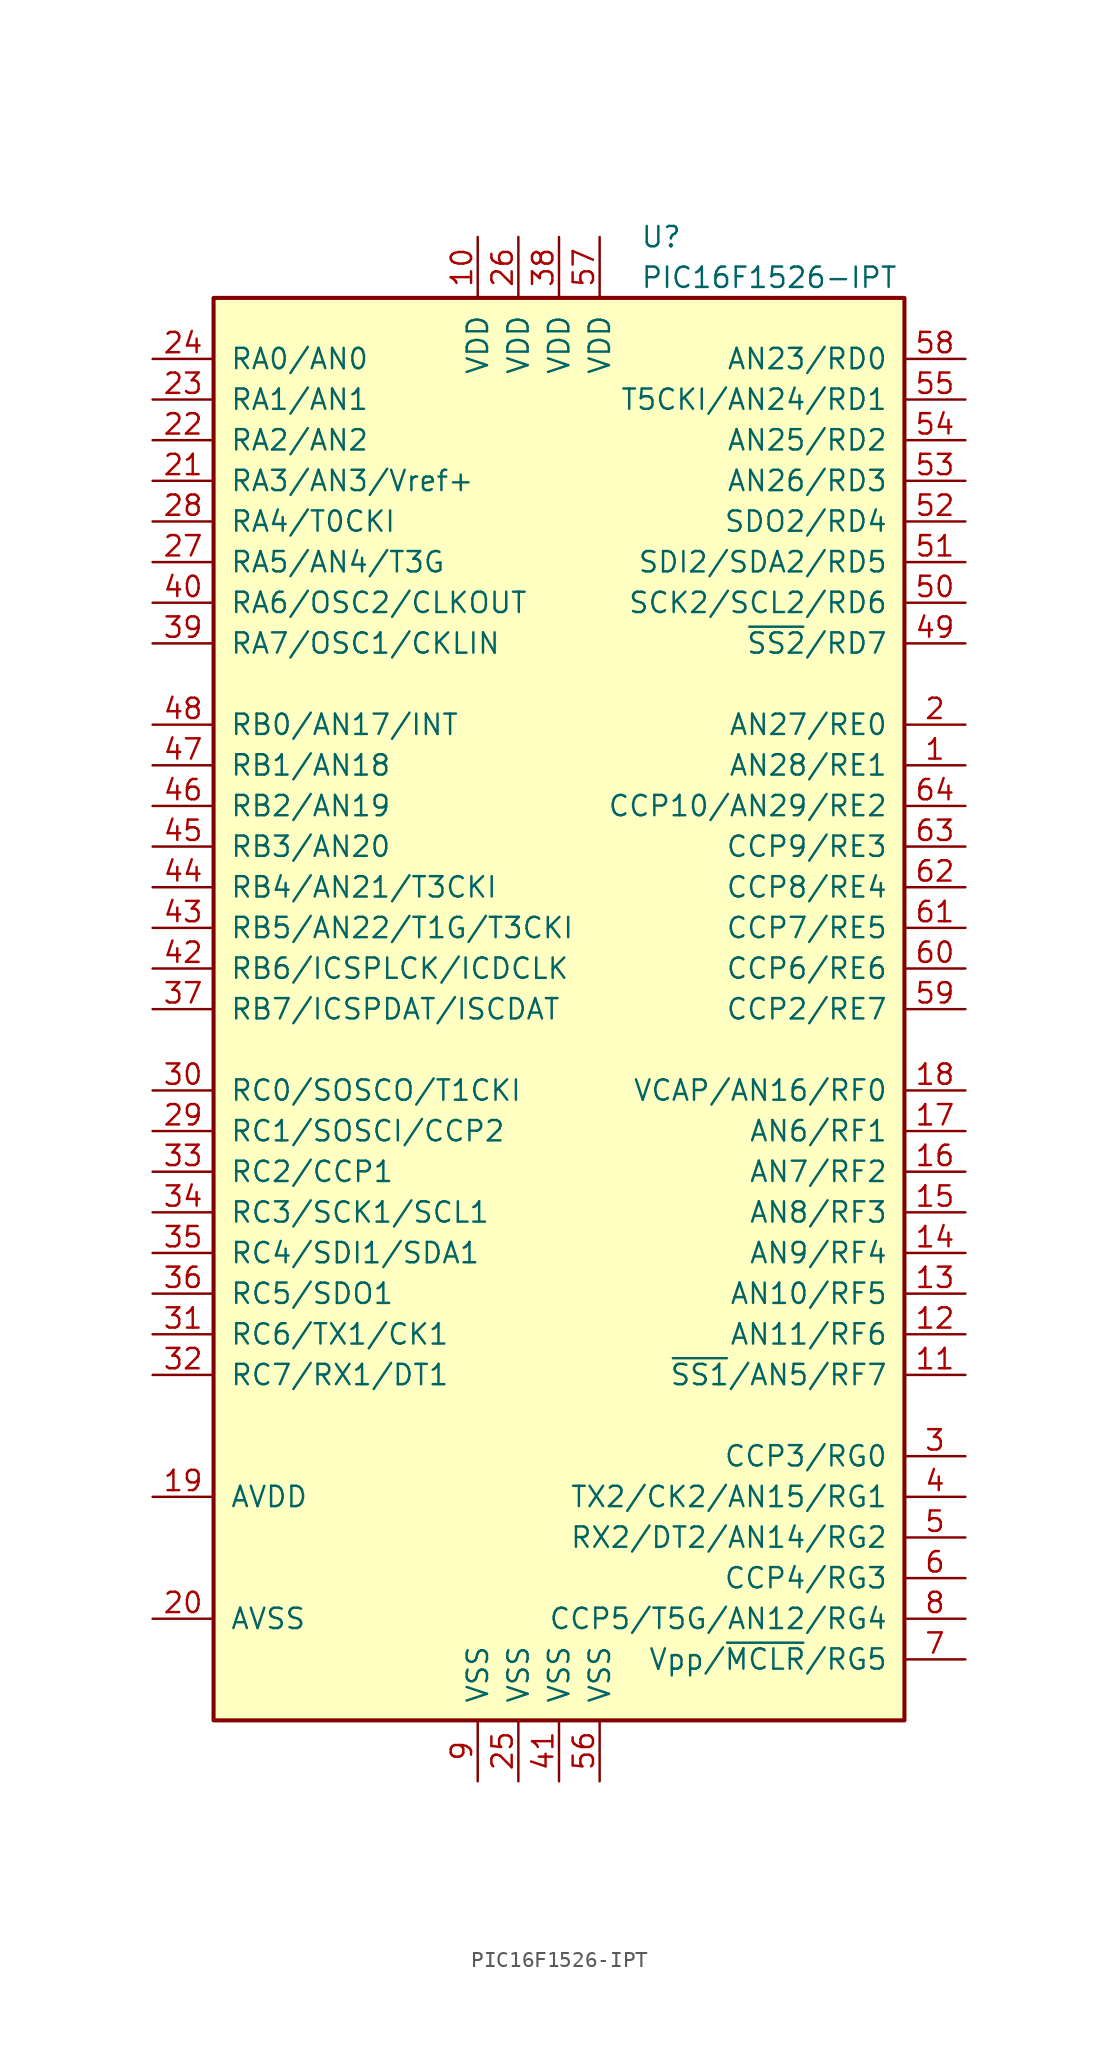
<source format=kicad_sym>
(kicad_symbol_lib
  (version 20220914)
  (generator kicad_symbol_editor)
  (symbol "PIC16F1526-IPT"
    (pin_names
      (offset 1.016))
    (property "Reference" "U"
      (at 5.08 48.26 0)
      (effects (font (size 1.27 1.27)) (justify left)))
    (property "Value" "PIC16F1526-IPT"
      (at 5.08 45.72 0)
      (effects (font (size 1.27 1.27)) (justify left)))
    (symbol "PIC16F1526-IPT_0_1"
      (rectangle (start -21.59 44.45) (end 21.59 -44.45) (stroke (width 0.254) (type default)) (fill (type background))))
    (symbol "PIC16F1526-IPT_1_1"
      (pin bidirectional line (at 25.4 15.24 180) (length 3.81) (name "AN28/RE1" (effects (font (size 1.27 1.27)))) (number "1" (effects (font (size 1.27 1.27)))))
      (pin power_in line (at -5.08 48.26 270) (length 3.81) (name "VDD" (effects (font (size 1.27 1.27)))) (number "10" (effects (font (size 1.27 1.27)))))
      (pin bidirectional line (at 25.4 -22.86 180) (length 3.81) (name "~{SS1}/AN5/RF7" (effects (font (size 1.27 1.27)))) (number "11" (effects (font (size 1.27 1.27)))))
      (pin bidirectional line (at 25.4 -20.32 180) (length 3.81) (name "AN11/RF6" (effects (font (size 1.27 1.27)))) (number "12" (effects (font (size 1.27 1.27)))))
      (pin bidirectional line (at 25.4 -17.78 180) (length 3.81) (name "AN10/RF5" (effects (font (size 1.27 1.27)))) (number "13" (effects (font (size 1.27 1.27)))))
      (pin bidirectional line (at 25.4 -15.24 180) (length 3.81) (name "AN9/RF4" (effects (font (size 1.27 1.27)))) (number "14" (effects (font (size 1.27 1.27)))))
      (pin bidirectional line (at 25.4 -12.7 180) (length 3.81) (name "AN8/RF3" (effects (font (size 1.27 1.27)))) (number "15" (effects (font (size 1.27 1.27)))))
      (pin bidirectional line (at 25.4 -10.16 180) (length 3.81) (name "AN7/RF2" (effects (font (size 1.27 1.27)))) (number "16" (effects (font (size 1.27 1.27)))))
      (pin bidirectional line (at 25.4 -7.62 180) (length 3.81) (name "AN6/RF1" (effects (font (size 1.27 1.27)))) (number "17" (effects (font (size 1.27 1.27)))))
      (pin bidirectional line (at 25.4 -5.08 180) (length 3.81) (name "VCAP/AN16/RF0" (effects (font (size 1.27 1.27)))) (number "18" (effects (font (size 1.27 1.27)))))
      (pin power_in line (at -25.4 -30.48 0) (length 3.81) (name "AVDD" (effects (font (size 1.27 1.27)))) (number "19" (effects (font (size 1.27 1.27)))))
      (pin bidirectional line (at 25.4 17.78 180) (length 3.81) (name "AN27/RE0" (effects (font (size 1.27 1.27)))) (number "2" (effects (font (size 1.27 1.27)))))
      (pin power_in line (at -25.4 -38.1 0) (length 3.81) (name "AVSS" (effects (font (size 1.27 1.27)))) (number "20" (effects (font (size 1.27 1.27)))))
      (pin bidirectional line (at -25.4 33.02 0) (length 3.81) (name "RA3/AN3/Vref+" (effects (font (size 1.27 1.27)))) (number "21" (effects (font (size 1.27 1.27)))))
      (pin bidirectional line (at -25.4 35.56 0) (length 3.81) (name "RA2/AN2" (effects (font (size 1.27 1.27)))) (number "22" (effects (font (size 1.27 1.27)))))
      (pin bidirectional line (at -25.4 38.1 0) (length 3.81) (name "RA1/AN1" (effects (font (size 1.27 1.27)))) (number "23" (effects (font (size 1.27 1.27)))))
      (pin bidirectional line (at -25.4 40.64 0) (length 3.81) (name "RA0/AN0" (effects (font (size 1.27 1.27)))) (number "24" (effects (font (size 1.27 1.27)))))
      (pin power_in line (at -2.54 -48.26 90) (length 3.81) (name "VSS" (effects (font (size 1.27 1.27)))) (number "25" (effects (font (size 1.27 1.27)))))
      (pin power_in line (at -2.54 48.26 270) (length 3.81) (name "VDD" (effects (font (size 1.27 1.27)))) (number "26" (effects (font (size 1.27 1.27)))))
      (pin bidirectional line (at -25.4 27.94 0) (length 3.81) (name "RA5/AN4/T3G" (effects (font (size 1.27 1.27)))) (number "27" (effects (font (size 1.27 1.27)))))
      (pin bidirectional line (at -25.4 30.48 0) (length 3.81) (name "RA4/T0CKI" (effects (font (size 1.27 1.27)))) (number "28" (effects (font (size 1.27 1.27)))))
      (pin bidirectional line (at -25.4 -7.62 0) (length 3.81) (name "RC1/SOSCI/CCP2" (effects (font (size 1.27 1.27)))) (number "29" (effects (font (size 1.27 1.27)))))
      (pin bidirectional line (at 25.4 -27.94 180) (length 3.81) (name "CCP3/RG0" (effects (font (size 1.27 1.27)))) (number "3" (effects (font (size 1.27 1.27)))))
      (pin bidirectional line (at -25.4 -5.08 0) (length 3.81) (name "RC0/SOSCO/T1CKI" (effects (font (size 1.27 1.27)))) (number "30" (effects (font (size 1.27 1.27)))))
      (pin bidirectional line (at -25.4 -20.32 0) (length 3.81) (name "RC6/TX1/CK1" (effects (font (size 1.27 1.27)))) (number "31" (effects (font (size 1.27 1.27)))))
      (pin bidirectional line (at -25.4 -22.86 0) (length 3.81) (name "RC7/RX1/DT1" (effects (font (size 1.27 1.27)))) (number "32" (effects (font (size 1.27 1.27)))))
      (pin bidirectional line (at -25.4 -10.16 0) (length 3.81) (name "RC2/CCP1" (effects (font (size 1.27 1.27)))) (number "33" (effects (font (size 1.27 1.27)))))
      (pin bidirectional line (at -25.4 -12.7 0) (length 3.81) (name "RC3/SCK1/SCL1" (effects (font (size 1.27 1.27)))) (number "34" (effects (font (size 1.27 1.27)))))
      (pin bidirectional line (at -25.4 -15.24 0) (length 3.81) (name "RC4/SDI1/SDA1" (effects (font (size 1.27 1.27)))) (number "35" (effects (font (size 1.27 1.27)))))
      (pin bidirectional line (at -25.4 -17.78 0) (length 3.81) (name "RC5/SDO1" (effects (font (size 1.27 1.27)))) (number "36" (effects (font (size 1.27 1.27)))))
      (pin bidirectional line (at -25.4 0 0) (length 3.81) (name "RB7/ICSPDAT/ISCDAT" (effects (font (size 1.27 1.27)))) (number "37" (effects (font (size 1.27 1.27)))))
      (pin power_in line (at 0 48.26 270) (length 3.81) (name "VDD" (effects (font (size 1.27 1.27)))) (number "38" (effects (font (size 1.27 1.27)))))
      (pin bidirectional line (at -25.4 22.86 0) (length 3.81) (name "RA7/OSC1/CKLIN" (effects (font (size 1.27 1.27)))) (number "39" (effects (font (size 1.27 1.27)))))
      (pin bidirectional line (at 25.4 -30.48 180) (length 3.81) (name "TX2/CK2/AN15/RG1" (effects (font (size 1.27 1.27)))) (number "4" (effects (font (size 1.27 1.27)))))
      (pin bidirectional line (at -25.4 25.4 0) (length 3.81) (name "RA6/OSC2/CLKOUT" (effects (font (size 1.27 1.27)))) (number "40" (effects (font (size 1.27 1.27)))))
      (pin power_in line (at 0 -48.26 90) (length 3.81) (name "VSS" (effects (font (size 1.27 1.27)))) (number "41" (effects (font (size 1.27 1.27)))))
      (pin bidirectional line (at -25.4 2.54 0) (length 3.81) (name "RB6/ICSPLCK/ICDCLK" (effects (font (size 1.27 1.27)))) (number "42" (effects (font (size 1.27 1.27)))))
      (pin bidirectional line (at -25.4 5.08 0) (length 3.81) (name "RB5/AN22/T1G/T3CKI" (effects (font (size 1.27 1.27)))) (number "43" (effects (font (size 1.27 1.27)))))
      (pin bidirectional line (at -25.4 7.62 0) (length 3.81) (name "RB4/AN21/T3CKI" (effects (font (size 1.27 1.27)))) (number "44" (effects (font (size 1.27 1.27)))))
      (pin bidirectional line (at -25.4 10.16 0) (length 3.81) (name "RB3/AN20" (effects (font (size 1.27 1.27)))) (number "45" (effects (font (size 1.27 1.27)))))
      (pin bidirectional line (at -25.4 12.7 0) (length 3.81) (name "RB2/AN19" (effects (font (size 1.27 1.27)))) (number "46" (effects (font (size 1.27 1.27)))))
      (pin bidirectional line (at -25.4 15.24 0) (length 3.81) (name "RB1/AN18" (effects (font (size 1.27 1.27)))) (number "47" (effects (font (size 1.27 1.27)))))
      (pin bidirectional line (at -25.4 17.78 0) (length 3.81) (name "RB0/AN17/INT" (effects (font (size 1.27 1.27)))) (number "48" (effects (font (size 1.27 1.27)))))
      (pin bidirectional line (at 25.4 22.86 180) (length 3.81) (name "~{SS2}/RD7" (effects (font (size 1.27 1.27)))) (number "49" (effects (font (size 1.27 1.27)))))
      (pin bidirectional line (at 25.4 -33.02 180) (length 3.81) (name "RX2/DT2/AN14/RG2" (effects (font (size 1.27 1.27)))) (number "5" (effects (font (size 1.27 1.27)))))
      (pin bidirectional line (at 25.4 25.4 180) (length 3.81) (name "SCK2/SCL2/RD6" (effects (font (size 1.27 1.27)))) (number "50" (effects (font (size 1.27 1.27)))))
      (pin bidirectional line (at 25.4 27.94 180) (length 3.81) (name "SDI2/SDA2/RD5" (effects (font (size 1.27 1.27)))) (number "51" (effects (font (size 1.27 1.27)))))
      (pin bidirectional line (at 25.4 30.48 180) (length 3.81) (name "SDO2/RD4" (effects (font (size 1.27 1.27)))) (number "52" (effects (font (size 1.27 1.27)))))
      (pin bidirectional line (at 25.4 33.02 180) (length 3.81) (name "AN26/RD3" (effects (font (size 1.27 1.27)))) (number "53" (effects (font (size 1.27 1.27)))))
      (pin bidirectional line (at 25.4 35.56 180) (length 3.81) (name "AN25/RD2" (effects (font (size 1.27 1.27)))) (number "54" (effects (font (size 1.27 1.27)))))
      (pin bidirectional line (at 25.4 38.1 180) (length 3.81) (name "T5CKI/AN24/RD1" (effects (font (size 1.27 1.27)))) (number "55" (effects (font (size 1.27 1.27)))))
      (pin power_in line (at 2.54 -48.26 90) (length 3.81) (name "VSS" (effects (font (size 1.27 1.27)))) (number "56" (effects (font (size 1.27 1.27)))))
      (pin power_in line (at 2.54 48.26 270) (length 3.81) (name "VDD" (effects (font (size 1.27 1.27)))) (number "57" (effects (font (size 1.27 1.27)))))
      (pin bidirectional line (at 25.4 40.64 180) (length 3.81) (name "AN23/RD0" (effects (font (size 1.27 1.27)))) (number "58" (effects (font (size 1.27 1.27)))))
      (pin bidirectional line (at 25.4 0 180) (length 3.81) (name "CCP2/RE7" (effects (font (size 1.27 1.27)))) (number "59" (effects (font (size 1.27 1.27)))))
      (pin bidirectional line (at 25.4 -35.56 180) (length 3.81) (name "CCP4/RG3" (effects (font (size 1.27 1.27)))) (number "6" (effects (font (size 1.27 1.27)))))
      (pin bidirectional line (at 25.4 2.54 180) (length 3.81) (name "CCP6/RE6" (effects (font (size 1.27 1.27)))) (number "60" (effects (font (size 1.27 1.27)))))
      (pin bidirectional line (at 25.4 5.08 180) (length 3.81) (name "CCP7/RE5" (effects (font (size 1.27 1.27)))) (number "61" (effects (font (size 1.27 1.27)))))
      (pin bidirectional line (at 25.4 7.62 180) (length 3.81) (name "CCP8/RE4" (effects (font (size 1.27 1.27)))) (number "62" (effects (font (size 1.27 1.27)))))
      (pin bidirectional line (at 25.4 10.16 180) (length 3.81) (name "CCP9/RE3" (effects (font (size 1.27 1.27)))) (number "63" (effects (font (size 1.27 1.27)))))
      (pin bidirectional line (at 25.4 12.7 180) (length 3.81) (name "CCP10/AN29/RE2" (effects (font (size 1.27 1.27)))) (number "64" (effects (font (size 1.27 1.27)))))
      (pin input line (at 25.4 -40.64 180) (length 3.81) (name "Vpp/~{MCLR}/RG5" (effects (font (size 1.27 1.27)))) (number "7" (effects (font (size 1.27 1.27)))))
      (pin bidirectional line (at 25.4 -38.1 180) (length 3.81) (name "CCP5/T5G/AN12/RG4" (effects (font (size 1.27 1.27)))) (number "8" (effects (font (size 1.27 1.27)))))
      (pin power_in line (at -5.08 -48.26 90) (length 3.81) (name "VSS" (effects (font (size 1.27 1.27)))) (number "9" (effects (font (size 1.27 1.27))))))))
</source>
